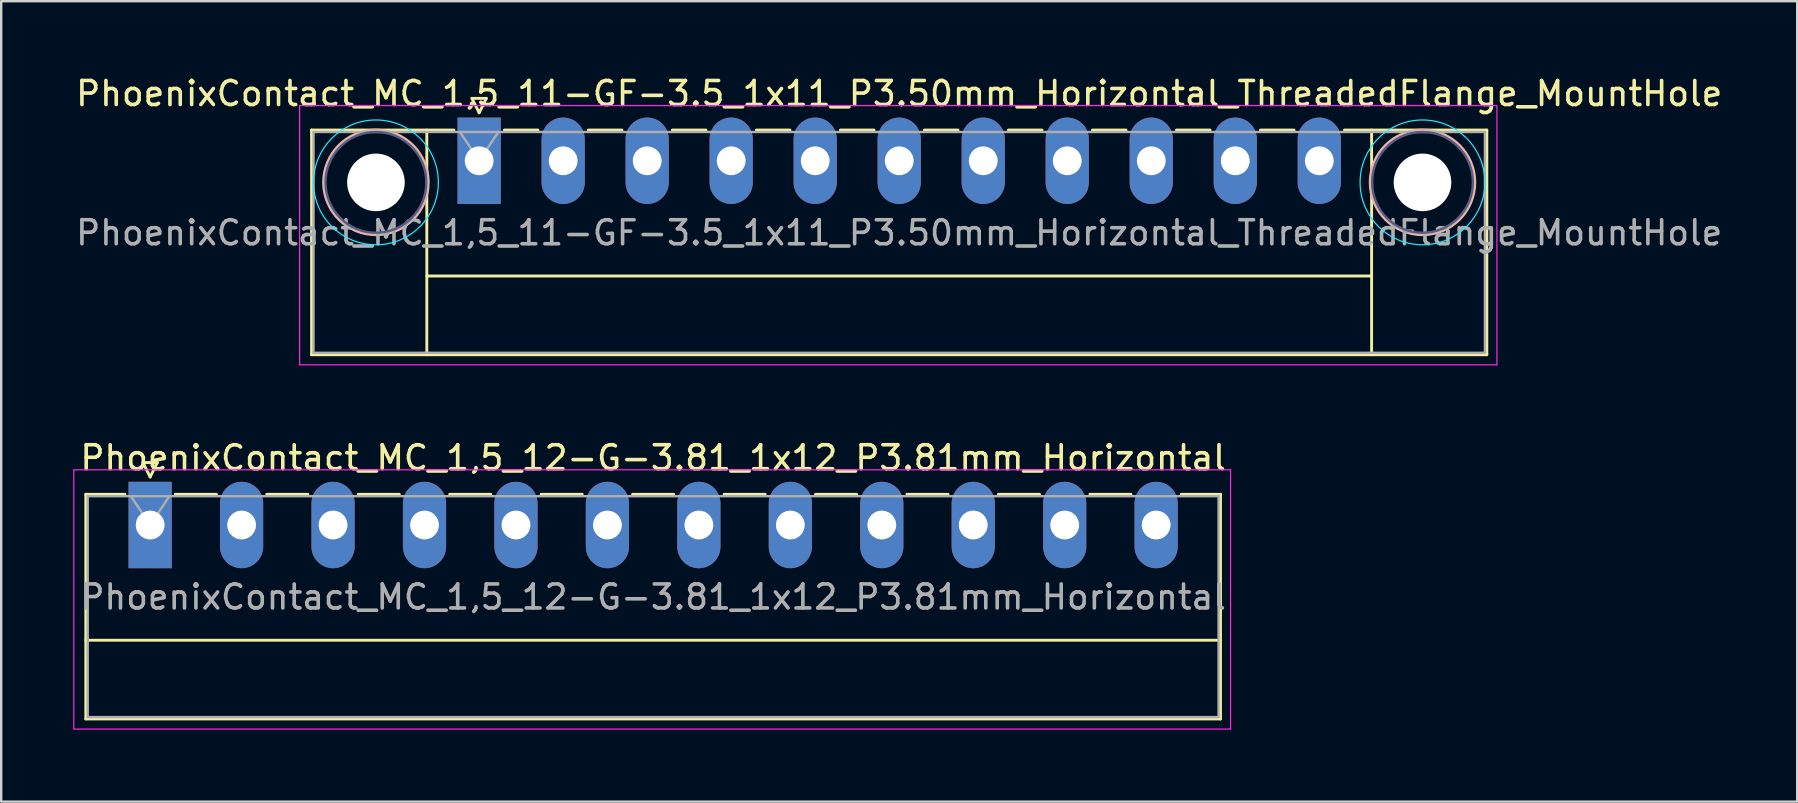
<source format=kicad_pcb>
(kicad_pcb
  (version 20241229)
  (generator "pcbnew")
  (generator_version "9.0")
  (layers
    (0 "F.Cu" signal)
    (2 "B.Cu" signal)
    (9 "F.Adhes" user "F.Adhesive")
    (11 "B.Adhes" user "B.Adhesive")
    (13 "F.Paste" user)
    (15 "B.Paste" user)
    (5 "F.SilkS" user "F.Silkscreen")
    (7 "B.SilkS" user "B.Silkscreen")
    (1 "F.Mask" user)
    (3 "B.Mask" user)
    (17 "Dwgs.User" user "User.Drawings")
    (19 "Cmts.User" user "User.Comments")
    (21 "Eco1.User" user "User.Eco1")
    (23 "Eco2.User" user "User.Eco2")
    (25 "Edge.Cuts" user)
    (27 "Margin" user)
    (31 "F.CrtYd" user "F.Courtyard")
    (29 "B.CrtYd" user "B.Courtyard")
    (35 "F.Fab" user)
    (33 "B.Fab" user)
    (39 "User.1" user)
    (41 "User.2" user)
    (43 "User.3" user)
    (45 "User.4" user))
  (footprint "PhoenixContact_MC_1,5_12-G-3.81_1x12_P3.81mm_Horizontal"
    (layer "F.Cu")
    (at 3.205 18.822)
    (property "Reference" "PhoenixContact_MC_1,5_12-G-3.81_1x12_P3.81mm_Horizontal" (at 20.955 -2.8 0) (layer "F.SilkS") (effects (font (size 1 1) (thickness 0.15))))
    (attr through_hole)
    (fp_line (start -2.68 -1.28) (end -2.68 8.08) (stroke (width 0.12) (type solid)) (layer "F.SilkS"))
    (fp_line (start -2.68 -1.28) (end -1.05 -1.28) (stroke (width 0.12) (type solid)) (layer "F.SilkS"))
    (fp_line (start -2.68 4.8) (end 44.59 4.8) (stroke (width 0.12) (type solid)) (layer "F.SilkS"))
    (fp_line (start -2.68 8.08) (end 44.59 8.08) (stroke (width 0.12) (type solid)) (layer "F.SilkS"))
    (fp_line (start -0.3 -2.6) (end 0.3 -2.6) (stroke (width 0.12) (type solid)) (layer "F.SilkS"))
    (fp_line (start 0 -2) (end -0.3 -2.6) (stroke (width 0.12) (type solid)) (layer "F.SilkS"))
    (fp_line (start 0.3 -2.6) (end 0 -2) (stroke (width 0.12) (type solid)) (layer "F.SilkS"))
    (fp_line (start 1.05 -1.28) (end 2.76 -1.28) (stroke (width 0.12) (type solid)) (layer "F.SilkS"))
    (fp_line (start 4.86 -1.28) (end 6.57 -1.28) (stroke (width 0.12) (type solid)) (layer "F.SilkS"))
    (fp_line (start 8.67 -1.28) (end 10.38 -1.28) (stroke (width 0.12) (type solid)) (layer "F.SilkS"))
    (fp_line (start 12.48 -1.28) (end 14.19 -1.28) (stroke (width 0.12) (type solid)) (layer "F.SilkS"))
    (fp_line (start 16.29 -1.28) (end 18 -1.28) (stroke (width 0.12) (type solid)) (layer "F.SilkS"))
    (fp_line (start 20.1 -1.28) (end 21.81 -1.28) (stroke (width 0.12) (type solid)) (layer "F.SilkS"))
    (fp_line (start 23.91 -1.28) (end 25.62 -1.28) (stroke (width 0.12) (type solid)) (layer "F.SilkS"))
    (fp_line (start 27.72 -1.28) (end 29.43 -1.28) (stroke (width 0.12) (type solid)) (layer "F.SilkS"))
    (fp_line (start 31.53 -1.28) (end 33.24 -1.28) (stroke (width 0.12) (type solid)) (layer "F.SilkS"))
    (fp_line (start 35.34 -1.28) (end 37.05 -1.28) (stroke (width 0.12) (type solid)) (layer "F.SilkS"))
    (fp_line (start 39.15 -1.28) (end 40.86 -1.28) (stroke (width 0.12) (type solid)) (layer "F.SilkS"))
    (fp_line (start 44.59 -1.28) (end 42.96 -1.28) (stroke (width 0.12) (type solid)) (layer "F.SilkS"))
    (fp_line (start 44.59 8.08) (end 44.59 -1.28) (stroke (width 0.12) (type solid)) (layer "F.SilkS"))
    (fp_line (start -3.18 -2.3) (end -3.18 8.5) (stroke (width 0.05) (type solid)) (layer "F.CrtYd"))
    (fp_line (start -3.18 8.5) (end 45.01 8.5) (stroke (width 0.05) (type solid)) (layer "F.CrtYd"))
    (fp_line (start 45.01 -2.3) (end -3.18 -2.3) (stroke (width 0.05) (type solid)) (layer "F.CrtYd"))
    (fp_line (start 45.01 8.5) (end 45.01 -2.3) (stroke (width 0.05) (type solid)) (layer "F.CrtYd"))
    (fp_line (start -2.6 -1.2) (end -2.6 8) (stroke (width 0.1) (type solid)) (layer "F.Fab"))
    (fp_line (start -2.6 8) (end 44.51 8) (stroke (width 0.1) (type solid)) (layer "F.Fab"))
    (fp_line (start 0 0) (end -0.8 -1.2) (stroke (width 0.1) (type solid)) (layer "F.Fab"))
    (fp_line (start 0.8 -1.2) (end 0 0) (stroke (width 0.1) (type solid)) (layer "F.Fab"))
    (fp_line (start 44.51 -1.2) (end -2.6 -1.2) (stroke (width 0.1) (type solid)) (layer "F.Fab"))
    (fp_line (start 44.51 8) (end 44.51 -1.2) (stroke (width 0.1) (type solid)) (layer "F.Fab"))
    (fp_text user "${REFERENCE}" (at 20.955 3 0) (layer "F.Fab") (effects (font (size 1 1) (thickness 0.15))))
    (pad "1" thru_hole rect (at 0 0) (size 1.8 3.6) (drill 1.2) (layers "*.Cu" "*.Mask"))
    (pad "2" thru_hole oval (at 3.81 0) (size 1.8 3.6) (drill 1.2) (layers "*.Cu" "*.Mask"))
    (pad "3" thru_hole oval (at 7.62 0) (size 1.8 3.6) (drill 1.2) (layers "*.Cu" "*.Mask"))
    (pad "4" thru_hole oval (at 11.43 0) (size 1.8 3.6) (drill 1.2) (layers "*.Cu" "*.Mask"))
    (pad "5" thru_hole oval (at 15.24 0) (size 1.8 3.6) (drill 1.2) (layers "*.Cu" "*.Mask"))
    (pad "6" thru_hole oval (at 19.05 0) (size 1.8 3.6) (drill 1.2) (layers "*.Cu" "*.Mask"))
    (pad "7" thru_hole oval (at 22.86 0) (size 1.8 3.6) (drill 1.2) (layers "*.Cu" "*.Mask"))
    (pad "8" thru_hole oval (at 26.67 0) (size 1.8 3.6) (drill 1.2) (layers "*.Cu" "*.Mask"))
    (pad "9" thru_hole oval (at 30.48 0) (size 1.8 3.6) (drill 1.2) (layers "*.Cu" "*.Mask"))
    (pad "10" thru_hole oval (at 34.29 0) (size 1.8 3.6) (drill 1.2) (layers "*.Cu" "*.Mask"))
    (pad "11" thru_hole oval (at 38.1 0) (size 1.8 3.6) (drill 1.2) (layers "*.Cu" "*.Mask"))
    (pad "12" thru_hole oval (at 41.91 0) (size 1.8 3.6) (drill 1.2) (layers "*.Cu" "*.Mask")))
  (footprint "PhoenixContact_MC_1,5_11-GF-3.5_1x11_P3.50mm_Horizontal_ThreadedFlange_MountHole"
    (layer "F.Cu")
    (at 16.911 3.648)
    (property "Reference" "PhoenixContact_MC_1,5_11-GF-3.5_1x11_P3.50mm_Horizontal_ThreadedFlange_MountHole" (at 17.5 -2.8 0) (layer "F.SilkS") (effects (font (size 1 1) (thickness 0.15))))
    (attr through_hole)
    (fp_line (start -6.98 -1.28) (end -6.98 8.08) (stroke (width 0.12) (type solid)) (layer "F.SilkS"))
    (fp_line (start -6.98 -1.28) (end -1.05 -1.28) (stroke (width 0.12) (type solid)) (layer "F.SilkS"))
    (fp_line (start -6.98 8.08) (end 41.98 8.08) (stroke (width 0.12) (type solid)) (layer "F.SilkS"))
    (fp_line (start -2.18 -1.28) (end -2.18 8.08) (stroke (width 0.12) (type solid)) (layer "F.SilkS"))
    (fp_line (start -2.18 4.8) (end 37.18 4.8) (stroke (width 0.12) (type solid)) (layer "F.SilkS"))
    (fp_line (start -0.3 -2.6) (end 0.3 -2.6) (stroke (width 0.12) (type solid)) (layer "F.SilkS"))
    (fp_line (start 0 -2) (end -0.3 -2.6) (stroke (width 0.12) (type solid)) (layer "F.SilkS"))
    (fp_line (start 0.3 -2.6) (end 0 -2) (stroke (width 0.12) (type solid)) (layer "F.SilkS"))
    (fp_line (start 1.05 -1.28) (end 2.45 -1.28) (stroke (width 0.12) (type solid)) (layer "F.SilkS"))
    (fp_line (start 4.55 -1.28) (end 5.95 -1.28) (stroke (width 0.12) (type solid)) (layer "F.SilkS"))
    (fp_line (start 8.05 -1.28) (end 9.45 -1.28) (stroke (width 0.12) (type solid)) (layer "F.SilkS"))
    (fp_line (start 11.55 -1.28) (end 12.95 -1.28) (stroke (width 0.12) (type solid)) (layer "F.SilkS"))
    (fp_line (start 15.05 -1.28) (end 16.45 -1.28) (stroke (width 0.12) (type solid)) (layer "F.SilkS"))
    (fp_line (start 18.55 -1.28) (end 19.95 -1.28) (stroke (width 0.12) (type solid)) (layer "F.SilkS"))
    (fp_line (start 22.05 -1.28) (end 23.45 -1.28) (stroke (width 0.12) (type solid)) (layer "F.SilkS"))
    (fp_line (start 25.55 -1.28) (end 26.95 -1.28) (stroke (width 0.12) (type solid)) (layer "F.SilkS"))
    (fp_line (start 29.05 -1.28) (end 30.45 -1.28) (stroke (width 0.12) (type solid)) (layer "F.SilkS"))
    (fp_line (start 32.55 -1.28) (end 33.95 -1.28) (stroke (width 0.12) (type solid)) (layer "F.SilkS"))
    (fp_line (start 37.18 -1.28) (end 37.18 8.08) (stroke (width 0.12) (type solid)) (layer "F.SilkS"))
    (fp_line (start 41.98 -1.28) (end 36.05 -1.28) (stroke (width 0.12) (type solid)) (layer "F.SilkS"))
    (fp_line (start 41.98 8.08) (end 41.98 -1.28) (stroke (width 0.12) (type solid)) (layer "F.SilkS"))
    (fp_circle (center -4.3 0.9) (end -2.12 0.9) (stroke (width 0.12) (type solid)) (fill no) (layer "B.SilkS"))
    (fp_circle (center 39.3 0.9) (end 41.48 0.9) (stroke (width 0.12) (type solid)) (fill no) (layer "B.SilkS"))
    (fp_circle (center -4.3 0.9) (end -1.7 0.9) (stroke (width 0.05) (type solid)) (fill no) (layer "B.CrtYd"))
    (fp_circle (center 39.3 0.9) (end 41.9 0.9) (stroke (width 0.05) (type solid)) (fill no) (layer "B.CrtYd"))
    (fp_line (start -7.48 -2.3) (end -7.48 8.5) (stroke (width 0.05) (type solid)) (layer "F.CrtYd"))
    (fp_line (start -7.48 8.5) (end 42.4 8.5) (stroke (width 0.05) (type solid)) (layer "F.CrtYd"))
    (fp_line (start 42.4 -2.3) (end -7.48 -2.3) (stroke (width 0.05) (type solid)) (layer "F.CrtYd"))
    (fp_line (start 42.4 8.5) (end 42.4 -2.3) (stroke (width 0.05) (type solid)) (layer "F.CrtYd"))
    (fp_circle (center -4.3 0.9) (end -2.2 0.9) (stroke (width 0.1) (type solid)) (fill no) (layer "B.Fab"))
    (fp_circle (center 39.3 0.9) (end 41.4 0.9) (stroke (width 0.1) (type solid)) (fill no) (layer "B.Fab"))
    (fp_line (start -6.9 -1.2) (end -6.9 8) (stroke (width 0.1) (type solid)) (layer "F.Fab"))
    (fp_line (start -6.9 8) (end 41.9 8) (stroke (width 0.1) (type solid)) (layer "F.Fab"))
    (fp_line (start 0 0) (end -0.8 -1.2) (stroke (width 0.1) (type solid)) (layer "F.Fab"))
    (fp_line (start 0.8 -1.2) (end 0 0) (stroke (width 0.1) (type solid)) (layer "F.Fab"))
    (fp_line (start 41.9 -1.2) (end -6.9 -1.2) (stroke (width 0.1) (type solid)) (layer "F.Fab"))
    (fp_line (start 41.9 8) (end 41.9 -1.2) (stroke (width 0.1) (type solid)) (layer "F.Fab"))
    (fp_text user "${REFERENCE}" (at 17.5 3 0) (layer "F.Fab") (effects (font (size 1 1) (thickness 0.15))))
    (pad "" np_thru_hole circle (at -4.3 0.9) (size 2.4 2.4) (drill 2.4) (layers "*.Cu" "*.Mask"))
    (pad "" np_thru_hole circle (at 39.3 0.9) (size 2.4 2.4) (drill 2.4) (layers "*.Cu" "*.Mask"))
    (pad "1" thru_hole rect (at 0 0) (size 1.8 3.6) (drill 1.2) (layers "*.Cu" "*.Mask"))
    (pad "2" thru_hole oval (at 3.5 0) (size 1.8 3.6) (drill 1.2) (layers "*.Cu" "*.Mask"))
    (pad "3" thru_hole oval (at 7 0) (size 1.8 3.6) (drill 1.2) (layers "*.Cu" "*.Mask"))
    (pad "4" thru_hole oval (at 10.5 0) (size 1.8 3.6) (drill 1.2) (layers "*.Cu" "*.Mask"))
    (pad "5" thru_hole oval (at 14 0) (size 1.8 3.6) (drill 1.2) (layers "*.Cu" "*.Mask"))
    (pad "6" thru_hole oval (at 17.5 0) (size 1.8 3.6) (drill 1.2) (layers "*.Cu" "*.Mask"))
    (pad "7" thru_hole oval (at 21 0) (size 1.8 3.6) (drill 1.2) (layers "*.Cu" "*.Mask"))
    (pad "8" thru_hole oval (at 24.5 0) (size 1.8 3.6) (drill 1.2) (layers "*.Cu" "*.Mask"))
    (pad "9" thru_hole oval (at 28 0) (size 1.8 3.6) (drill 1.2) (layers "*.Cu" "*.Mask"))
    (pad "10" thru_hole oval (at 31.5 0) (size 1.8 3.6) (drill 1.2) (layers "*.Cu" "*.Mask"))
    (pad "11" thru_hole oval (at 35 0) (size 1.8 3.6) (drill 1.2) (layers "*.Cu" "*.Mask")))
  (gr_rect
    (start -3 -3)
    (end 71.821 30.346)
    (stroke (width 0.1) (type default))
    (fill no)
    (layer "Edge.Cuts")))
</source>
